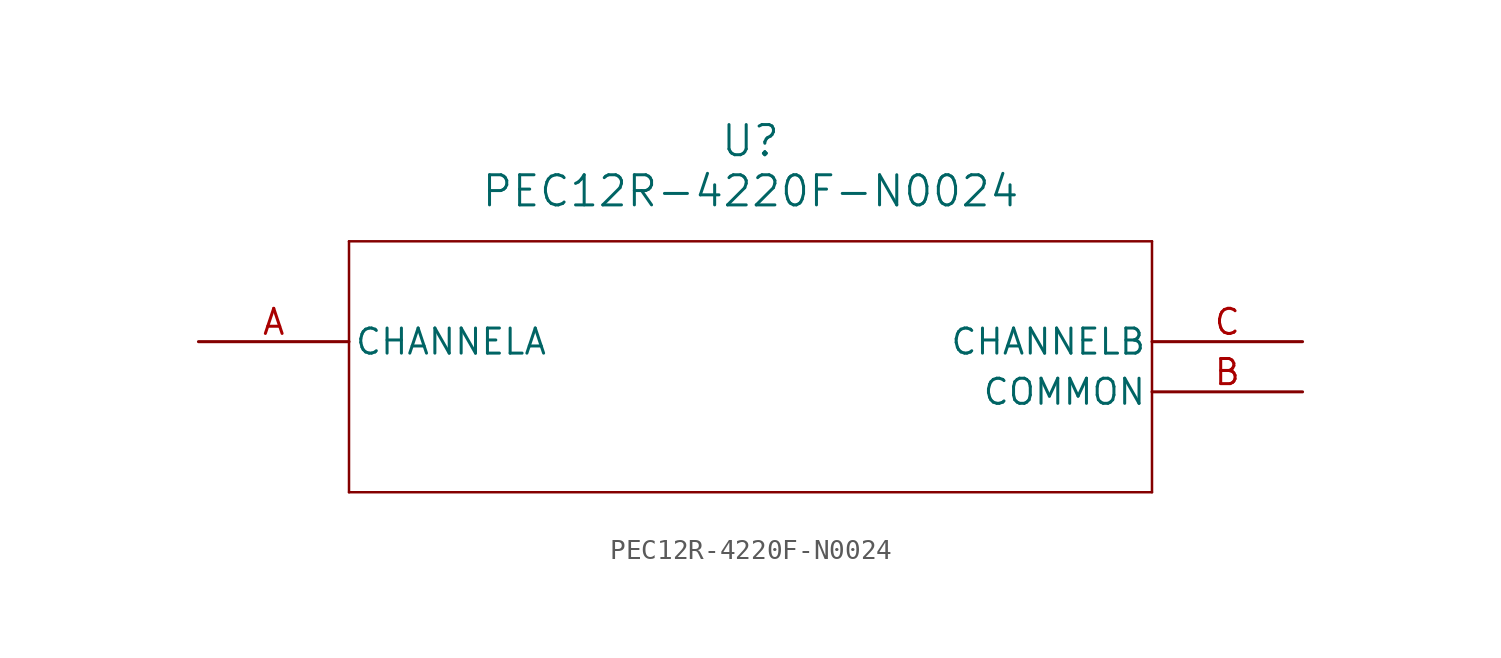
<source format=kicad_sym>
(kicad_symbol_lib
  (version 20211014)
  (generator kicad_symbol_editor)
  (symbol "PEC12R-4220F-N0024"
    (pin_names
      (offset 0.254))
    (property "Reference" "U"
      (at 27.94 10.16 0)
      (effects (font (size 1.524 1.524))))
    (property "Value" "PEC12R-4220F-N0024"
      (at 27.94 7.62 0)
      (effects (font (size 1.524 1.524))))
    (symbol "PEC12R-4220F-N0024_0_1"
      (polyline (pts (xy 7.62 5.08) (xy 7.62 -7.62)) (stroke (width 0.127) (type default) (color 0 0 0 0)) (fill (type none)))
      (polyline (pts (xy 7.62 -7.62) (xy 48.26 -7.62)) (stroke (width 0.127) (type default) (color 0 0 0 0)) (fill (type none)))
      (polyline (pts (xy 48.26 -7.62) (xy 48.26 5.08)) (stroke (width 0.127) (type default) (color 0 0 0 0)) (fill (type none)))
      (polyline (pts (xy 48.26 5.08) (xy 7.62 5.08)) (stroke (width 0.127) (type default) (color 0 0 0 0)) (fill (type none)))
      (pin unspecified line (at 0 0 0) (length 7.62) (name "CHANNELA" (effects (font (size 1.27 1.27)))) (number "A" (effects (font (size 1.27 1.27)))))
      (pin unspecified line (at 55.88 -2.54 180) (length 7.62) (name "COMMON" (effects (font (size 1.27 1.27)))) (number "B" (effects (font (size 1.27 1.27)))))
      (pin unspecified line (at 55.88 0 180) (length 7.62) (name "CHANNELB" (effects (font (size 1.27 1.27)))) (number "C" (effects (font (size 1.27 1.27))))))))
</source>
